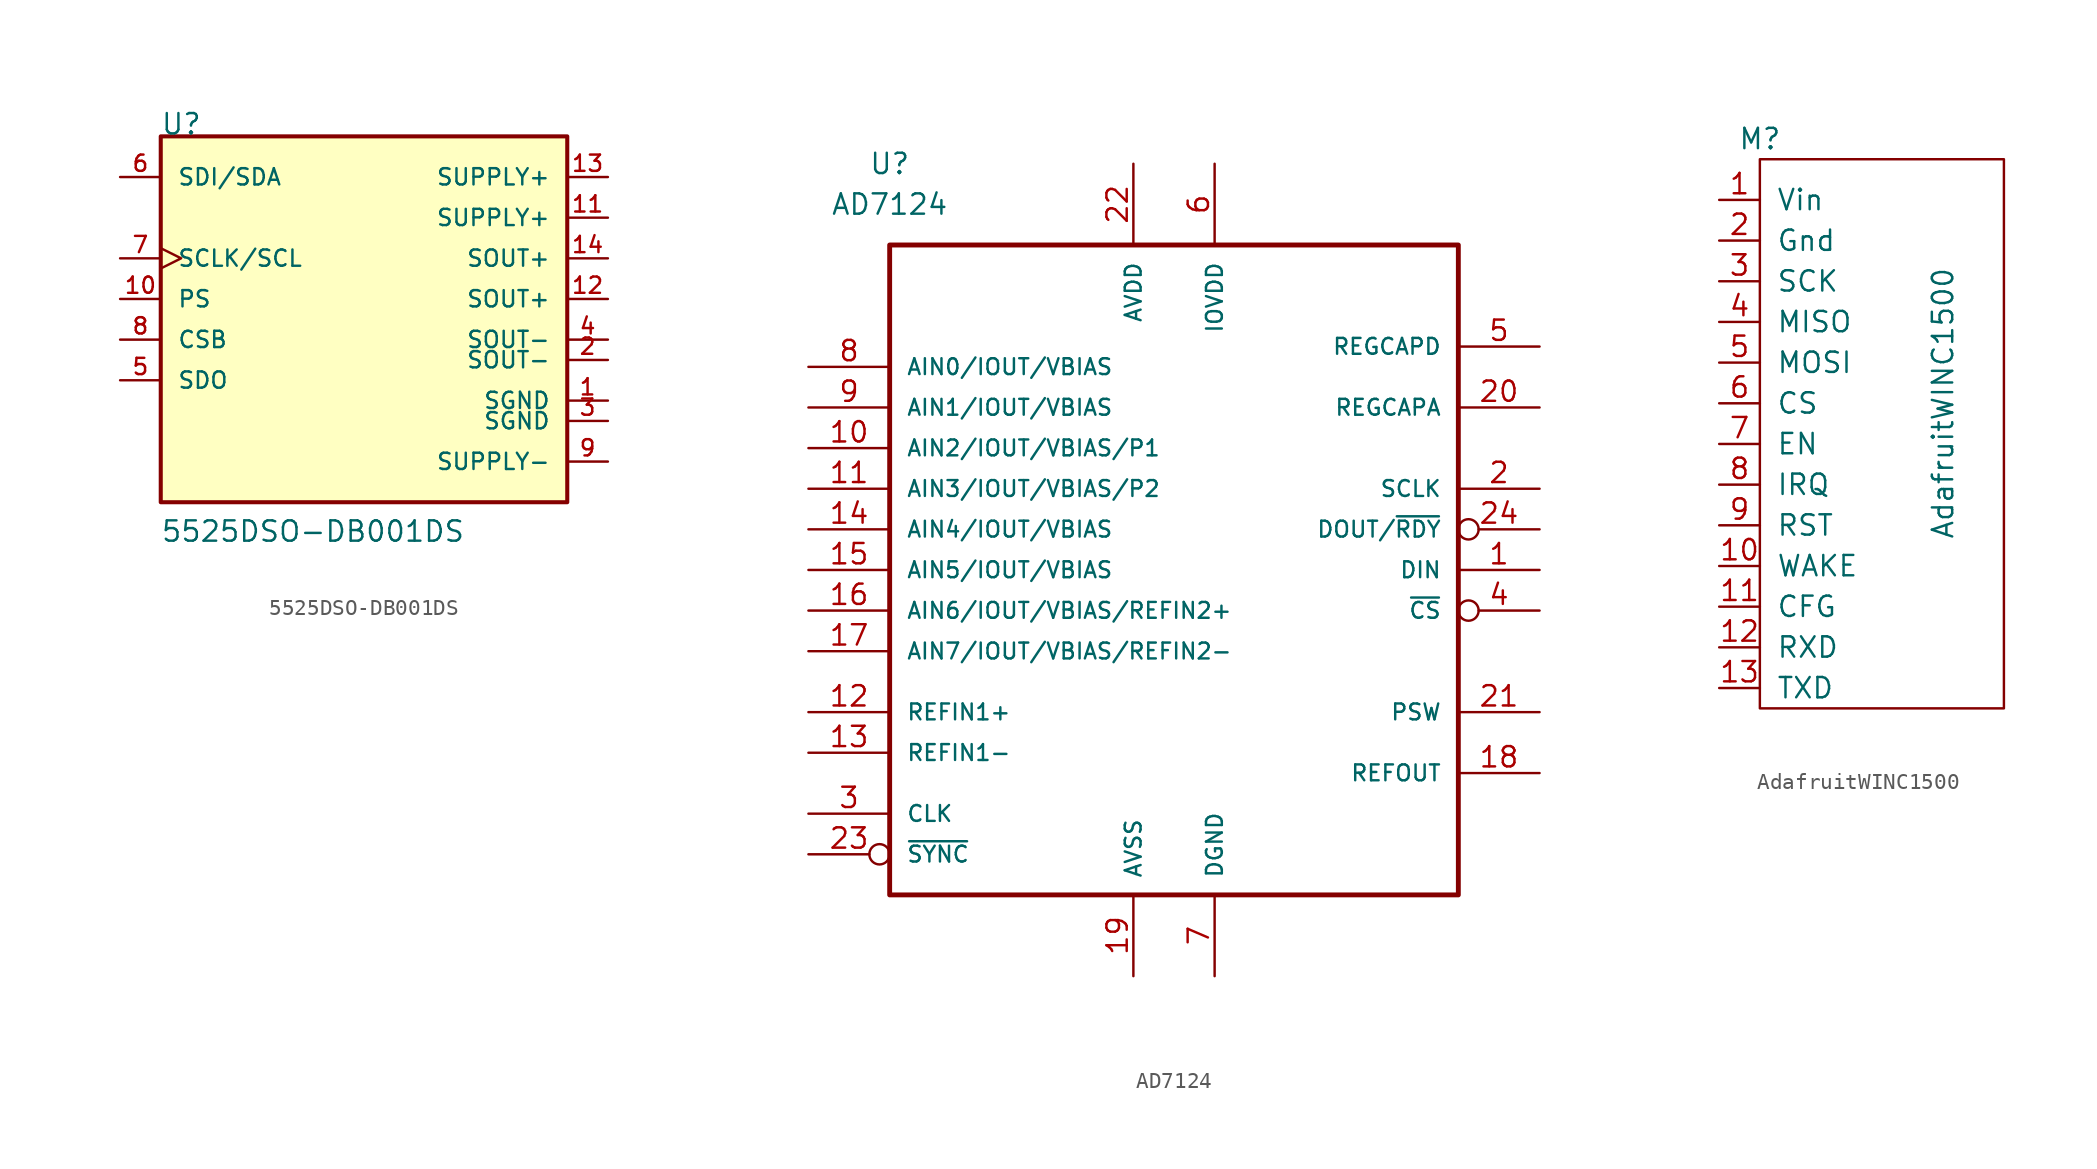
<source format=kicad_sym>
(kicad_symbol_lib
  (version 20211014)
  (generator kicad_symbol_editor)
  (symbol "5525DSO-DB001DS"
    (pin_names
      (offset 1.016))
    (property "Reference" "U"
      (at -12.725 10.185 0)
      (effects (font (size 1.27 1.27)) (justify left bottom)))
    (property "Value" "5525DSO-DB001DS"
      (at -12.725 -15.265 0)
      (effects (font (size 1.27 1.27)) (justify left bottom)))
    (property "ki_locked" ""
      (at 0 0 0)
      (effects (font (size 1.27 1.27))))
    (symbol "5525DSO-DB001DS_0_0"
      (rectangle (start -12.7 -12.7) (end 12.7 10.16) (stroke (width 0.254) (type default) (color 0 0 0 0)) (fill (type background)))
      (pin power_in line (at 15.24 -6.35 180) (length 2.54) (name "SGND" (effects (font (size 1.016 1.016)))) (number "1" (effects (font (size 1.016 1.016)))))
      (pin bidirectional line (at -15.24 0 0) (length 2.54) (name "PS" (effects (font (size 1.016 1.016)))) (number "10" (effects (font (size 1.016 1.016)))))
      (pin power_in line (at 15.24 5.08 180) (length 2.54) (name "SUPPLY+" (effects (font (size 1.016 1.016)))) (number "11" (effects (font (size 1.016 1.016)))))
      (pin output line (at 15.24 0 180) (length 2.54) (name "SOUT+" (effects (font (size 1.016 1.016)))) (number "12" (effects (font (size 1.016 1.016)))))
      (pin power_in line (at 15.24 7.62 180) (length 2.54) (name "SUPPLY+" (effects (font (size 1.016 1.016)))) (number "13" (effects (font (size 1.016 1.016)))))
      (pin output line (at 15.24 2.54 180) (length 2.54) (name "SOUT+" (effects (font (size 1.016 1.016)))) (number "14" (effects (font (size 1.016 1.016)))))
      (pin output line (at 15.24 -3.81 180) (length 2.54) (name "SOUT-" (effects (font (size 1.016 1.016)))) (number "2" (effects (font (size 1.016 1.016)))))
      (pin power_in line (at 15.24 -7.62 180) (length 2.54) (name "SGND" (effects (font (size 1.016 1.016)))) (number "3" (effects (font (size 1.016 1.016)))))
      (pin output line (at 15.24 -2.54 180) (length 2.54) (name "SOUT-" (effects (font (size 1.016 1.016)))) (number "4" (effects (font (size 1.016 1.016)))))
      (pin output line (at -15.24 -5.08 0) (length 2.54) (name "SDO" (effects (font (size 1.016 1.016)))) (number "5" (effects (font (size 1.016 1.016)))))
      (pin input line (at -15.24 7.62 0) (length 2.54) (name "SDI/SDA" (effects (font (size 1.016 1.016)))) (number "6" (effects (font (size 1.016 1.016)))))
      (pin input clock (at -15.24 2.54 0) (length 2.54) (name "SCLK/SCL" (effects (font (size 1.016 1.016)))) (number "7" (effects (font (size 1.016 1.016)))))
      (pin bidirectional line (at -15.24 -2.54 0) (length 2.54) (name "CSB" (effects (font (size 1.016 1.016)))) (number "8" (effects (font (size 1.016 1.016)))))
      (pin power_in line (at 15.24 -10.16 180) (length 2.54) (name "SUPPLY-" (effects (font (size 1.016 1.016)))) (number "9" (effects (font (size 1.016 1.016)))))))
  (symbol "AD7124"
    (pin_names
      (offset 1.016))
    (property "Reference" "U"
      (at -17.78 22.86 0)
      (effects (font (size 1.27 1.27))))
    (property "Value" "AD7124"
      (at -17.78 20.32 0)
      (effects (font (size 1.27 1.27))))
    (symbol "AD7124_0_1"
      (rectangle (start -17.78 17.78) (end 17.78 -22.86) (stroke (width 0.305) (type default) (color 0 0 0 0)) (fill (type none))))
    (symbol "AD7124_1_1"
      (pin input line (at 22.86 -2.54 180) (length 5.08) (name "DIN" (effects (font (size 0.991 0.991)))) (number "1" (effects (font (size 1.27 1.27)))))
      (pin passive line (at -22.86 5.08 0) (length 5.08) (name "AIN2/IOUT/VBIAS/P1" (effects (font (size 0.991 0.991)))) (number "10" (effects (font (size 1.27 1.27)))))
      (pin passive line (at -22.86 2.54 0) (length 5.08) (name "AIN3/IOUT/VBIAS/P2" (effects (font (size 0.991 0.991)))) (number "11" (effects (font (size 1.27 1.27)))))
      (pin passive line (at -22.86 -11.43 0) (length 5.08) (name "REFIN1+" (effects (font (size 0.991 0.991)))) (number "12" (effects (font (size 1.27 1.27)))))
      (pin passive line (at -22.86 -13.97 0) (length 5.08) (name "REFIN1-" (effects (font (size 0.991 0.991)))) (number "13" (effects (font (size 1.27 1.27)))))
      (pin passive line (at -22.86 0 0) (length 5.08) (name "AIN4/IOUT/VBIAS" (effects (font (size 0.991 0.991)))) (number "14" (effects (font (size 1.27 1.27)))))
      (pin passive line (at -22.86 -2.54 0) (length 5.08) (name "AIN5/IOUT/VBIAS" (effects (font (size 0.991 0.991)))) (number "15" (effects (font (size 1.27 1.27)))))
      (pin passive line (at -22.86 -5.08 0) (length 5.08) (name "AIN6/IOUT/VBIAS/REFIN2+" (effects (font (size 0.991 0.991)))) (number "16" (effects (font (size 1.27 1.27)))))
      (pin passive line (at -22.86 -7.62 0) (length 5.08) (name "AIN7/IOUT/VBIAS/REFIN2-" (effects (font (size 0.991 0.991)))) (number "17" (effects (font (size 1.27 1.27)))))
      (pin passive line (at 22.86 -15.24 180) (length 5.08) (name "REFOUT" (effects (font (size 0.991 0.991)))) (number "18" (effects (font (size 1.27 1.27)))))
      (pin power_in line (at -2.54 -27.94 90) (length 5.08) (name "AVSS" (effects (font (size 0.991 0.991)))) (number "19" (effects (font (size 1.27 1.27)))))
      (pin input line (at 22.86 2.54 180) (length 5.08) (name "SCLK" (effects (font (size 0.991 0.991)))) (number "2" (effects (font (size 1.27 1.27)))))
      (pin passive line (at 22.86 7.62 180) (length 5.08) (name "REGCAPA" (effects (font (size 0.991 0.991)))) (number "20" (effects (font (size 1.27 1.27)))))
      (pin output line (at 22.86 -11.43 180) (length 5.08) (name "PSW" (effects (font (size 0.991 0.991)))) (number "21" (effects (font (size 1.27 1.27)))))
      (pin power_in line (at -2.54 22.86 270) (length 5.08) (name "AVDD" (effects (font (size 0.991 0.991)))) (number "22" (effects (font (size 1.27 1.27)))))
      (pin input inverted (at -22.86 -20.32 0) (length 5.08) (name "~{SYNC}" (effects (font (size 0.991 0.991)))) (number "23" (effects (font (size 1.27 1.27)))))
      (pin output inverted (at 22.86 0 180) (length 5.08) (name "DOUT/~{RDY}" (effects (font (size 0.991 0.991)))) (number "24" (effects (font (size 1.27 1.27)))))
      (pin bidirectional line (at -22.86 -17.78 0) (length 5.08) (name "CLK" (effects (font (size 0.991 0.991)))) (number "3" (effects (font (size 1.27 1.27)))))
      (pin bidirectional inverted (at 22.86 -5.08 180) (length 5.08) (name "~{CS}" (effects (font (size 0.991 0.991)))) (number "4" (effects (font (size 1.27 1.27)))))
      (pin passive line (at 22.86 11.43 180) (length 5.08) (name "REGCAPD" (effects (font (size 0.991 0.991)))) (number "5" (effects (font (size 1.27 1.27)))))
      (pin power_in line (at 2.54 22.86 270) (length 5.08) (name "IOVDD" (effects (font (size 0.991 0.991)))) (number "6" (effects (font (size 1.27 1.27)))))
      (pin power_in line (at 2.54 -27.94 90) (length 5.08) (name "DGND" (effects (font (size 0.991 0.991)))) (number "7" (effects (font (size 1.27 1.27)))))
      (pin passive line (at -22.86 10.16 0) (length 5.08) (name "AIN0/IOUT/VBIAS" (effects (font (size 0.991 0.991)))) (number "8" (effects (font (size 1.27 1.27)))))
      (pin passive line (at -22.86 7.62 0) (length 5.08) (name "AIN1/IOUT/VBIAS" (effects (font (size 0.991 0.991)))) (number "9" (effects (font (size 1.27 1.27)))))))
  (symbol "AdafruitWINC1500"
    (pin_names
      (offset 1.016))
    (property "Reference" "M"
      (at -2.54 3.81 0)
      (effects (font (size 1.27 1.27))))
    (property "Value" "AdafruitWINC1500"
      (at 8.89 -12.7 90)
      (effects (font (size 1.27 1.27))))
    (symbol "AdafruitWINC1500_0_1"
      (rectangle (start -2.54 2.54) (end 12.7 -31.75) (stroke (width 0) (type default) (color 0 0 0 0)) (fill (type none))))
    (symbol "AdafruitWINC1500_1_1"
      (pin power_in line (at -5.08 0 0) (length 2.54) (name "Vin" (effects (font (size 1.27 1.27)))) (number "1" (effects (font (size 1.27 1.27)))))
      (pin input line (at -5.08 -22.86 0) (length 2.54) (name "WAKE" (effects (font (size 1.27 1.27)))) (number "10" (effects (font (size 1.27 1.27)))))
      (pin input line (at -5.08 -25.4 0) (length 2.54) (name "CFG" (effects (font (size 1.27 1.27)))) (number "11" (effects (font (size 1.27 1.27)))))
      (pin input line (at -5.08 -27.94 0) (length 2.54) (name "RXD" (effects (font (size 1.27 1.27)))) (number "12" (effects (font (size 1.27 1.27)))))
      (pin input line (at -5.08 -30.48 0) (length 2.54) (name "TXD" (effects (font (size 1.27 1.27)))) (number "13" (effects (font (size 1.27 1.27)))))
      (pin power_in line (at -5.08 -2.54 0) (length 2.54) (name "Gnd" (effects (font (size 1.27 1.27)))) (number "2" (effects (font (size 1.27 1.27)))))
      (pin input line (at -5.08 -5.08 0) (length 2.54) (name "SCK" (effects (font (size 1.27 1.27)))) (number "3" (effects (font (size 1.27 1.27)))))
      (pin output line (at -5.08 -7.62 0) (length 2.54) (name "MISO" (effects (font (size 1.27 1.27)))) (number "4" (effects (font (size 1.27 1.27)))))
      (pin input line (at -5.08 -10.16 0) (length 2.54) (name "MOSI" (effects (font (size 1.27 1.27)))) (number "5" (effects (font (size 1.27 1.27)))))
      (pin input line (at -5.08 -12.7 0) (length 2.54) (name "CS" (effects (font (size 1.27 1.27)))) (number "6" (effects (font (size 1.27 1.27)))))
      (pin input line (at -5.08 -15.24 0) (length 2.54) (name "EN" (effects (font (size 1.27 1.27)))) (number "7" (effects (font (size 1.27 1.27)))))
      (pin output line (at -5.08 -17.78 0) (length 2.54) (name "IRQ" (effects (font (size 1.27 1.27)))) (number "8" (effects (font (size 1.27 1.27)))))
      (pin input line (at -5.08 -20.32 0) (length 2.54) (name "RST" (effects (font (size 1.27 1.27)))) (number "9" (effects (font (size 1.27 1.27))))))))
</source>
